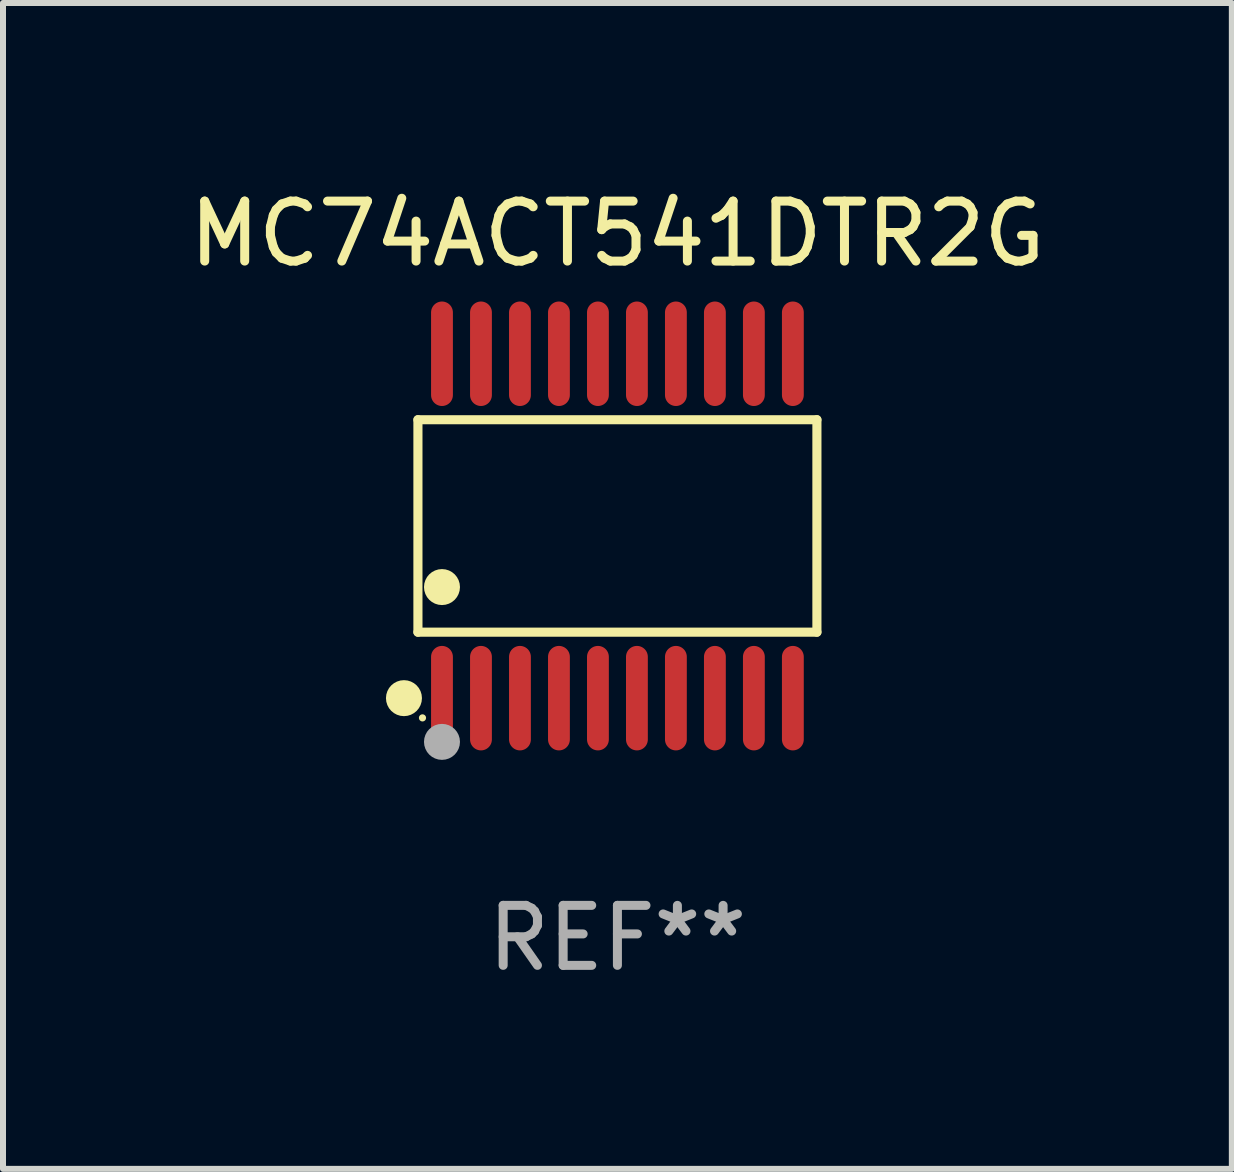
<source format=kicad_pcb>
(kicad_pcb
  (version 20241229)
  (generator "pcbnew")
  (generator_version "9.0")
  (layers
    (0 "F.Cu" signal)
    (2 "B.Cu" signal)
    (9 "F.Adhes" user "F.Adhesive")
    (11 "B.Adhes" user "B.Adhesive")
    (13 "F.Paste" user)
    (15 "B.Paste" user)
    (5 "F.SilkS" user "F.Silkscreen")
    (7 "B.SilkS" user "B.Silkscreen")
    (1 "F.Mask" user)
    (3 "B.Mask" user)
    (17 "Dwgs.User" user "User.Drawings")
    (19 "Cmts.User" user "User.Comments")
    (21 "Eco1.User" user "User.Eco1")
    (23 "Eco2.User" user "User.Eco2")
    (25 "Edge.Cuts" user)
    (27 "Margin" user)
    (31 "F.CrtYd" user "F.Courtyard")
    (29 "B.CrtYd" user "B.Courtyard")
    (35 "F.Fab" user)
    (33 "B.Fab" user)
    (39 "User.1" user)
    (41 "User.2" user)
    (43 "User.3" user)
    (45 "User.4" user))
  (footprint "MC74ACT541DTR2G"
    (layer "F.Cu")
    (at 7.244 5.719)
    (property "Reference" "MC74ACT541DTR2G" (at 0 -4.871 0) (layer "F.SilkS") (effects (font (size 1 1) (thickness 0.15))))
    (attr through_hole)
    (fp_line (start -3.326 -1.771) (end 3.326 -1.771) (stroke (width 0.152) (type solid)) (layer "F.SilkS"))
    (fp_line (start -3.326 1.771) (end -3.326 -1.771) (stroke (width 0.152) (type solid)) (layer "F.SilkS"))
    (fp_line (start 3.326 -1.771) (end 3.326 1.771) (stroke (width 0.152) (type solid)) (layer "F.SilkS"))
    (fp_line (start 3.326 1.771) (end -3.326 1.771) (stroke (width 0.152) (type solid)) (layer "F.SilkS"))
    (fp_circle (center -3.559 2.871) (end -3.409 2.871) (stroke (width 0.3) (type solid)) (fill no) (layer "F.SilkS"))
    (fp_circle (center -3.25 3.2) (end -3.22 3.2) (stroke (width 0.06) (type solid)) (fill no) (layer "F.SilkS"))
    (fp_circle (center -2.925 1.019) (end -2.775 1.019) (stroke (width 0.3) (type solid)) (fill no) (layer "F.SilkS"))
    (fp_circle (center -2.925 3.6) (end -2.775 3.6) (stroke (width 0.3) (type solid)) (fill no) (layer "F.Fab"))
    (fp_text user "REF**" (at 0 6.871 0) (layer "F.Fab") (effects (font (size 1 1) (thickness 0.15))))
    (pad "1" smd oval (at -2.925 2.871) (size 0.364 1.742) (layers "F.Cu" "F.Mask" "F.Paste"))
    (pad "2" smd oval (at -2.275 2.871) (size 0.364 1.742) (layers "F.Cu" "F.Mask" "F.Paste"))
    (pad "3" smd oval (at -1.625 2.871) (size 0.364 1.742) (layers "F.Cu" "F.Mask" "F.Paste"))
    (pad "4" smd oval (at -0.975 2.871) (size 0.364 1.742) (layers "F.Cu" "F.Mask" "F.Paste"))
    (pad "5" smd oval (at -0.325 2.871) (size 0.364 1.742) (layers "F.Cu" "F.Mask" "F.Paste"))
    (pad "6" smd oval (at 0.325 2.871) (size 0.364 1.742) (layers "F.Cu" "F.Mask" "F.Paste"))
    (pad "7" smd oval (at 0.975 2.871) (size 0.364 1.742) (layers "F.Cu" "F.Mask" "F.Paste"))
    (pad "8" smd oval (at 1.625 2.871) (size 0.364 1.742) (layers "F.Cu" "F.Mask" "F.Paste"))
    (pad "9" smd oval (at 2.275 2.871) (size 0.364 1.742) (layers "F.Cu" "F.Mask" "F.Paste"))
    (pad "10" smd oval (at 2.925 2.871) (size 0.364 1.742) (layers "F.Cu" "F.Mask" "F.Paste"))
    (pad "11" smd oval (at 2.925 -2.871) (size 0.364 1.742) (layers "F.Cu" "F.Mask" "F.Paste"))
    (pad "12" smd oval (at 2.275 -2.871) (size 0.364 1.742) (layers "F.Cu" "F.Mask" "F.Paste"))
    (pad "13" smd oval (at 1.625 -2.871) (size 0.364 1.742) (layers "F.Cu" "F.Mask" "F.Paste"))
    (pad "14" smd oval (at 0.975 -2.871) (size 0.364 1.742) (layers "F.Cu" "F.Mask" "F.Paste"))
    (pad "15" smd oval (at 0.325 -2.871) (size 0.364 1.742) (layers "F.Cu" "F.Mask" "F.Paste"))
    (pad "16" smd oval (at -0.325 -2.871) (size 0.364 1.742) (layers "F.Cu" "F.Mask" "F.Paste"))
    (pad "17" smd oval (at -0.975 -2.871) (size 0.364 1.742) (layers "F.Cu" "F.Mask" "F.Paste"))
    (pad "18" smd oval (at -1.625 -2.871) (size 0.364 1.742) (layers "F.Cu" "F.Mask" "F.Paste"))
    (pad "19" smd oval (at -2.275 -2.871) (size 0.364 1.742) (layers "F.Cu" "F.Mask" "F.Paste"))
    (pad "20" smd oval (at -2.925 -2.871) (size 0.364 1.742) (layers "F.Cu" "F.Mask" "F.Paste")))
  (gr_rect
    (start -3 -3)
    (end 17.488 16.438)
    (stroke (width 0.1) (type default))
    (fill no)
    (layer "Edge.Cuts")))
</source>
